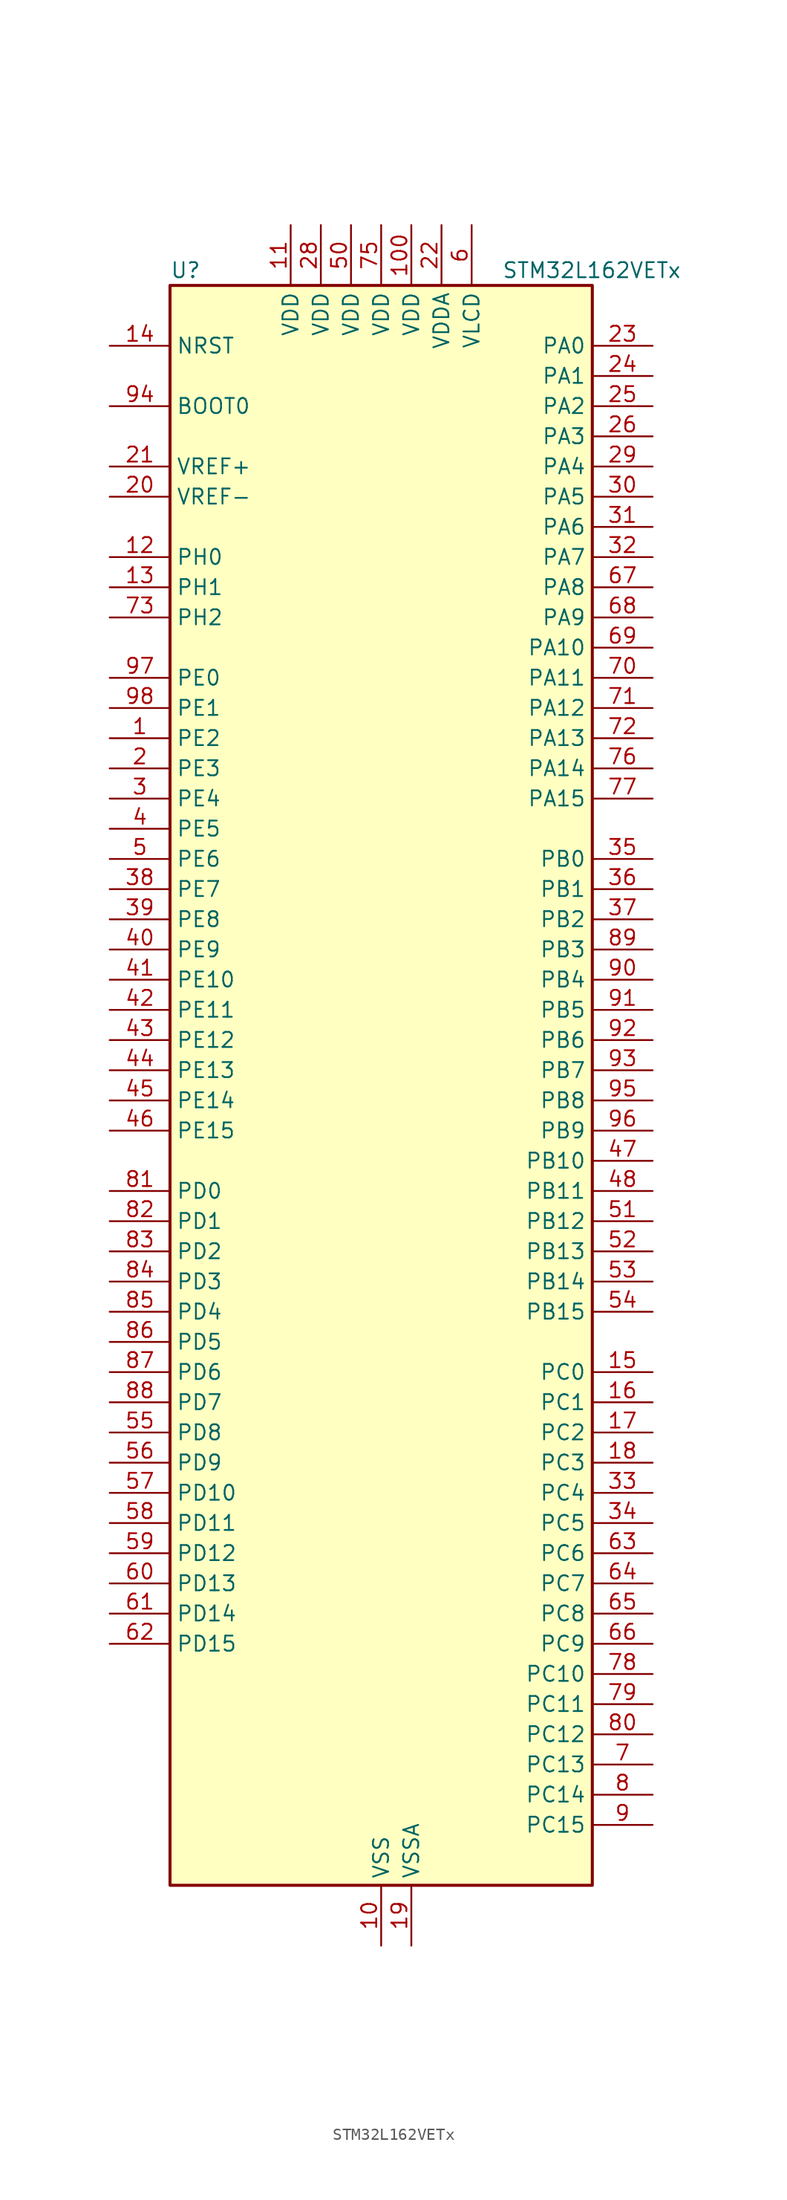
<source format=kicad_sym>
(kicad_symbol_lib
  (version 20241209)
  (generator "kicad_symbol_editor")
  (generator_version "9.0")
  (symbol "STM32L162VETx"
    (property "Reference" "U"
      (at -17.78 69.85 0)
      (effects (font (size 1.27 1.27)) (justify left)))
    (property "Value" "STM32L162VETx"
      (at 10.16 69.85 0)
      (effects (font (size 1.27 1.27)) (justify left)))
    (symbol "STM32L162VETx_0_1"
      (rectangle (start -17.78 -66.04) (end 17.78 68.58) (stroke (width 0.254) (type default)) (fill (type background))))
    (symbol "STM32L162VETx_1_1"
      (pin input line (at -22.86 63.5 0) (length 5.08) (name "NRST" (effects (font (size 1.27 1.27)))) (number "14" (effects (font (size 1.27 1.27)))))
      (pin input line (at -22.86 58.42 0) (length 5.08) (name "BOOT0" (effects (font (size 1.27 1.27)))) (number "94" (effects (font (size 1.27 1.27)))))
      (pin input line (at -22.86 53.34 0) (length 5.08) (name "VREF+" (effects (font (size 1.27 1.27)))) (number "21" (effects (font (size 1.27 1.27)))))
      (pin input line (at -22.86 50.8 0) (length 5.08) (name "VREF-" (effects (font (size 1.27 1.27)))) (number "20" (effects (font (size 1.27 1.27)))))
      (pin bidirectional line (at -22.86 45.72 0) (length 5.08) (name "PH0" (effects (font (size 1.27 1.27)))) (number "12" (effects (font (size 1.27 1.27)))) (alternate "RCC_OSC_IN" bidirectional line))
      (pin bidirectional line (at -22.86 43.18 0) (length 5.08) (name "PH1" (effects (font (size 1.27 1.27)))) (number "13" (effects (font (size 1.27 1.27)))) (alternate "RCC_OSC_OUT" bidirectional line))
      (pin bidirectional line (at -22.86 40.64 0) (length 5.08) (name "PH2" (effects (font (size 1.27 1.27)))) (number "73" (effects (font (size 1.27 1.27)))))
      (pin bidirectional line (at -22.86 35.56 0) (length 5.08) (name "PE0" (effects (font (size 1.27 1.27)))) (number "97" (effects (font (size 1.27 1.27)))) (alternate "LCD_SEG36" bidirectional line) (alternate "TIM10_CH1" bidirectional line) (alternate "TIM4_ETR" bidirectional line) (alternate "TIMX_IC1" bidirectional line))
      (pin bidirectional line (at -22.86 33.02 0) (length 5.08) (name "PE1" (effects (font (size 1.27 1.27)))) (number "98" (effects (font (size 1.27 1.27)))) (alternate "LCD_SEG37" bidirectional line) (alternate "TIM11_CH1" bidirectional line) (alternate "TIMX_IC2" bidirectional line))
      (pin bidirectional line (at -22.86 30.48 0) (length 5.08) (name "PE2" (effects (font (size 1.27 1.27)))) (number "1" (effects (font (size 1.27 1.27)))) (alternate "LCD_SEG38" bidirectional line) (alternate "SYS_TRACECK" bidirectional line) (alternate "TIM3_ETR" bidirectional line) (alternate "TIMX_IC3" bidirectional line))
      (pin bidirectional line (at -22.86 27.94 0) (length 5.08) (name "PE3" (effects (font (size 1.27 1.27)))) (number "2" (effects (font (size 1.27 1.27)))) (alternate "LCD_SEG39" bidirectional line) (alternate "SYS_TRACED0" bidirectional line) (alternate "TIM3_CH1" bidirectional line) (alternate "TIMX_IC4" bidirectional line))
      (pin bidirectional line (at -22.86 25.4 0) (length 5.08) (name "PE4" (effects (font (size 1.27 1.27)))) (number "3" (effects (font (size 1.27 1.27)))) (alternate "SYS_TRACED1" bidirectional line) (alternate "TIM3_CH2" bidirectional line) (alternate "TIMX_IC1" bidirectional line))
      (pin bidirectional line (at -22.86 22.86 0) (length 5.08) (name "PE5" (effects (font (size 1.27 1.27)))) (number "4" (effects (font (size 1.27 1.27)))) (alternate "SYS_TRACED2" bidirectional line) (alternate "TIM9_CH1" bidirectional line) (alternate "TIMX_IC2" bidirectional line))
      (pin bidirectional line (at -22.86 20.32 0) (length 5.08) (name "PE6" (effects (font (size 1.27 1.27)))) (number "5" (effects (font (size 1.27 1.27)))) (alternate "RTC_TAMP3" bidirectional line) (alternate "SYS_TRACED3" bidirectional line) (alternate "SYS_WKUP3" bidirectional line) (alternate "TIM9_CH2" bidirectional line) (alternate "TIMX_IC3" bidirectional line))
      (pin bidirectional line (at -22.86 17.78 0) (length 5.08) (name "PE7" (effects (font (size 1.27 1.27)))) (number "38" (effects (font (size 1.27 1.27)))) (alternate "ADC_IN22" bidirectional line) (alternate "COMP1_INP" bidirectional line) (alternate "TIMX_IC4" bidirectional line))
      (pin bidirectional line (at -22.86 15.24 0) (length 5.08) (name "PE8" (effects (font (size 1.27 1.27)))) (number "39" (effects (font (size 1.27 1.27)))) (alternate "ADC_IN23" bidirectional line) (alternate "COMP1_INP" bidirectional line) (alternate "TIMX_IC1" bidirectional line))
      (pin bidirectional line (at -22.86 12.7 0) (length 5.08) (name "PE9" (effects (font (size 1.27 1.27)))) (number "40" (effects (font (size 1.27 1.27)))) (alternate "ADC_IN24" bidirectional line) (alternate "COMP1_INP" bidirectional line) (alternate "DAC_EXTI9" bidirectional line) (alternate "TIM2_CH1" bidirectional line) (alternate "TIM2_ETR" bidirectional line) (alternate "TIMX_IC2" bidirectional line))
      (pin bidirectional line (at -22.86 10.16 0) (length 5.08) (name "PE10" (effects (font (size 1.27 1.27)))) (number "41" (effects (font (size 1.27 1.27)))) (alternate "ADC_IN25" bidirectional line) (alternate "COMP1_INP" bidirectional line) (alternate "TIM2_CH2" bidirectional line) (alternate "TIMX_IC3" bidirectional line))
      (pin bidirectional line (at -22.86 7.62 0) (length 5.08) (name "PE11" (effects (font (size 1.27 1.27)))) (number "42" (effects (font (size 1.27 1.27)))) (alternate "ADC_EXTI11" bidirectional line) (alternate "TIM2_CH3" bidirectional line) (alternate "TIMX_IC4" bidirectional line))
      (pin bidirectional line (at -22.86 5.08 0) (length 5.08) (name "PE12" (effects (font (size 1.27 1.27)))) (number "43" (effects (font (size 1.27 1.27)))) (alternate "SPI1_NSS" bidirectional line) (alternate "TIM2_CH4" bidirectional line) (alternate "TIMX_IC1" bidirectional line))
      (pin bidirectional line (at -22.86 2.54 0) (length 5.08) (name "PE13" (effects (font (size 1.27 1.27)))) (number "44" (effects (font (size 1.27 1.27)))) (alternate "SPI1_SCK" bidirectional line) (alternate "TIMX_IC2" bidirectional line))
      (pin bidirectional line (at -22.86 0 0) (length 5.08) (name "PE14" (effects (font (size 1.27 1.27)))) (number "45" (effects (font (size 1.27 1.27)))) (alternate "SPI1_MISO" bidirectional line) (alternate "TIMX_IC3" bidirectional line))
      (pin bidirectional line (at -22.86 -2.54 0) (length 5.08) (name "PE15" (effects (font (size 1.27 1.27)))) (number "46" (effects (font (size 1.27 1.27)))) (alternate "ADC_EXTI15" bidirectional line) (alternate "SPI1_MOSI" bidirectional line) (alternate "TIMX_IC4" bidirectional line))
      (pin bidirectional line (at -22.86 -7.62 0) (length 5.08) (name "PD0" (effects (font (size 1.27 1.27)))) (number "81" (effects (font (size 1.27 1.27)))) (alternate "I2S2_WS" bidirectional line) (alternate "SPI2_NSS" bidirectional line) (alternate "TIM9_CH1" bidirectional line) (alternate "TIMX_IC1" bidirectional line))
      (pin bidirectional line (at -22.86 -10.16 0) (length 5.08) (name "PD1" (effects (font (size 1.27 1.27)))) (number "82" (effects (font (size 1.27 1.27)))) (alternate "I2S2_CK" bidirectional line) (alternate "SPI2_SCK" bidirectional line) (alternate "TIMX_IC2" bidirectional line))
      (pin bidirectional line (at -22.86 -12.7 0) (length 5.08) (name "PD2" (effects (font (size 1.27 1.27)))) (number "83" (effects (font (size 1.27 1.27)))) (alternate "LCD_COM7" bidirectional line) (alternate "LCD_SEG31" bidirectional line) (alternate "LCD_SEG43" bidirectional line) (alternate "TIM3_ETR" bidirectional line) (alternate "TIMX_IC3" bidirectional line) (alternate "UART5_RX" bidirectional line))
      (pin bidirectional line (at -22.86 -15.24 0) (length 5.08) (name "PD3" (effects (font (size 1.27 1.27)))) (number "84" (effects (font (size 1.27 1.27)))) (alternate "SPI2_MISO" bidirectional line) (alternate "TIMX_IC4" bidirectional line) (alternate "USART2_CTS" bidirectional line))
      (pin bidirectional line (at -22.86 -17.78 0) (length 5.08) (name "PD4" (effects (font (size 1.27 1.27)))) (number "85" (effects (font (size 1.27 1.27)))) (alternate "I2S2_SD" bidirectional line) (alternate "SPI2_MOSI" bidirectional line) (alternate "TIMX_IC1" bidirectional line) (alternate "USART2_RTS" bidirectional line))
      (pin bidirectional line (at -22.86 -20.32 0) (length 5.08) (name "PD5" (effects (font (size 1.27 1.27)))) (number "86" (effects (font (size 1.27 1.27)))) (alternate "TIMX_IC2" bidirectional line) (alternate "USART2_TX" bidirectional line))
      (pin bidirectional line (at -22.86 -22.86 0) (length 5.08) (name "PD6" (effects (font (size 1.27 1.27)))) (number "87" (effects (font (size 1.27 1.27)))) (alternate "TIMX_IC3" bidirectional line) (alternate "USART2_RX" bidirectional line))
      (pin bidirectional line (at -22.86 -25.4 0) (length 5.08) (name "PD7" (effects (font (size 1.27 1.27)))) (number "88" (effects (font (size 1.27 1.27)))) (alternate "TIM9_CH2" bidirectional line) (alternate "TIMX_IC4" bidirectional line) (alternate "USART2_CK" bidirectional line))
      (pin bidirectional line (at -22.86 -27.94 0) (length 5.08) (name "PD8" (effects (font (size 1.27 1.27)))) (number "55" (effects (font (size 1.27 1.27)))) (alternate "LCD_SEG28" bidirectional line) (alternate "TIMX_IC1" bidirectional line) (alternate "USART3_TX" bidirectional line))
      (pin bidirectional line (at -22.86 -30.48 0) (length 5.08) (name "PD9" (effects (font (size 1.27 1.27)))) (number "56" (effects (font (size 1.27 1.27)))) (alternate "DAC_EXTI9" bidirectional line) (alternate "LCD_SEG29" bidirectional line) (alternate "TIMX_IC2" bidirectional line) (alternate "USART3_RX" bidirectional line))
      (pin bidirectional line (at -22.86 -33.02 0) (length 5.08) (name "PD10" (effects (font (size 1.27 1.27)))) (number "57" (effects (font (size 1.27 1.27)))) (alternate "LCD_SEG30" bidirectional line) (alternate "TIMX_IC3" bidirectional line) (alternate "USART3_CK" bidirectional line))
      (pin bidirectional line (at -22.86 -35.56 0) (length 5.08) (name "PD11" (effects (font (size 1.27 1.27)))) (number "58" (effects (font (size 1.27 1.27)))) (alternate "ADC_EXTI11" bidirectional line) (alternate "LCD_SEG31" bidirectional line) (alternate "TIMX_IC4" bidirectional line) (alternate "USART3_CTS" bidirectional line))
      (pin bidirectional line (at -22.86 -38.1 0) (length 5.08) (name "PD12" (effects (font (size 1.27 1.27)))) (number "59" (effects (font (size 1.27 1.27)))) (alternate "LCD_SEG32" bidirectional line) (alternate "TIM4_CH1" bidirectional line) (alternate "TIMX_IC1" bidirectional line) (alternate "USART3_RTS" bidirectional line))
      (pin bidirectional line (at -22.86 -40.64 0) (length 5.08) (name "PD13" (effects (font (size 1.27 1.27)))) (number "60" (effects (font (size 1.27 1.27)))) (alternate "LCD_SEG33" bidirectional line) (alternate "TIM4_CH2" bidirectional line) (alternate "TIMX_IC2" bidirectional line))
      (pin bidirectional line (at -22.86 -43.18 0) (length 5.08) (name "PD14" (effects (font (size 1.27 1.27)))) (number "61" (effects (font (size 1.27 1.27)))) (alternate "LCD_SEG34" bidirectional line) (alternate "TIM4_CH3" bidirectional line) (alternate "TIMX_IC3" bidirectional line))
      (pin bidirectional line (at -22.86 -45.72 0) (length 5.08) (name "PD15" (effects (font (size 1.27 1.27)))) (number "62" (effects (font (size 1.27 1.27)))) (alternate "ADC_EXTI15" bidirectional line) (alternate "LCD_SEG35" bidirectional line) (alternate "TIM4_CH4" bidirectional line) (alternate "TIMX_IC4" bidirectional line))
      (pin power_in line (at -7.62 73.66 270) (length 5.08) (name "VDD" (effects (font (size 1.27 1.27)))) (number "11" (effects (font (size 1.27 1.27)))))
      (pin power_in line (at -5.08 73.66 270) (length 5.08) (name "VDD" (effects (font (size 1.27 1.27)))) (number "28" (effects (font (size 1.27 1.27)))))
      (pin power_in line (at -2.54 73.66 270) (length 5.08) (name "VDD" (effects (font (size 1.27 1.27)))) (number "50" (effects (font (size 1.27 1.27)))))
      (pin power_in line (at 0 73.66 270) (length 5.08) (name "VDD" (effects (font (size 1.27 1.27)))) (number "75" (effects (font (size 1.27 1.27)))))
      (pin power_in line (at 0 -71.12 90) (length 5.08) (name "VSS" (effects (font (size 1.27 1.27)))) (number "10" (effects (font (size 1.27 1.27)))))
      (pin passive line (at 0 -71.12 90) (length 5.08) (hide yes) (name "VSS" (effects (font (size 1.27 1.27)))) (number "27" (effects (font (size 1.27 1.27)))))
      (pin passive line (at 0 -71.12 90) (length 5.08) (hide yes) (name "VSS" (effects (font (size 1.27 1.27)))) (number "49" (effects (font (size 1.27 1.27)))))
      (pin passive line (at 0 -71.12 90) (length 5.08) (hide yes) (name "VSS" (effects (font (size 1.27 1.27)))) (number "74" (effects (font (size 1.27 1.27)))))
      (pin passive line (at 0 -71.12 90) (length 5.08) (hide yes) (name "VSS" (effects (font (size 1.27 1.27)))) (number "99" (effects (font (size 1.27 1.27)))))
      (pin power_in line (at 2.54 73.66 270) (length 5.08) (name "VDD" (effects (font (size 1.27 1.27)))) (number "100" (effects (font (size 1.27 1.27)))))
      (pin power_in line (at 2.54 -71.12 90) (length 5.08) (name "VSSA" (effects (font (size 1.27 1.27)))) (number "19" (effects (font (size 1.27 1.27)))))
      (pin power_in line (at 5.08 73.66 270) (length 5.08) (name "VDDA" (effects (font (size 1.27 1.27)))) (number "22" (effects (font (size 1.27 1.27)))))
      (pin power_in line (at 7.62 73.66 270) (length 5.08) (name "VLCD" (effects (font (size 1.27 1.27)))) (number "6" (effects (font (size 1.27 1.27)))))
      (pin bidirectional line (at 22.86 63.5 180) (length 5.08) (name "PA0" (effects (font (size 1.27 1.27)))) (number "23" (effects (font (size 1.27 1.27)))) (alternate "ADC_IN0" bidirectional line) (alternate "COMP1_INP" bidirectional line) (alternate "RTC_TAMP2" bidirectional line) (alternate "SYS_WKUP1" bidirectional line) (alternate "TIM2_CH1" bidirectional line) (alternate "TIM2_ETR" bidirectional line) (alternate "TIM5_CH1" bidirectional line) (alternate "TIMX_IC1" bidirectional line) (alternate "TS_G1_IO1" bidirectional line) (alternate "USART2_CTS" bidirectional line))
      (pin bidirectional line (at 22.86 60.96 180) (length 5.08) (name "PA1" (effects (font (size 1.27 1.27)))) (number "24" (effects (font (size 1.27 1.27)))) (alternate "ADC_IN1" bidirectional line) (alternate "COMP1_INP" bidirectional line) (alternate "LCD_SEG0" bidirectional line) (alternate "OPAMP1_VINP" bidirectional line) (alternate "TIM2_CH2" bidirectional line) (alternate "TIM5_CH2" bidirectional line) (alternate "TIMX_IC2" bidirectional line) (alternate "TS_G1_IO2" bidirectional line) (alternate "USART2_RTS" bidirectional line))
      (pin bidirectional line (at 22.86 58.42 180) (length 5.08) (name "PA2" (effects (font (size 1.27 1.27)))) (number "25" (effects (font (size 1.27 1.27)))) (alternate "ADC_IN2" bidirectional line) (alternate "COMP1_INP" bidirectional line) (alternate "LCD_SEG1" bidirectional line) (alternate "OPAMP1_VINM" bidirectional line) (alternate "TIM2_CH3" bidirectional line) (alternate "TIM5_CH3" bidirectional line) (alternate "TIM9_CH1" bidirectional line) (alternate "TIMX_IC3" bidirectional line) (alternate "TS_G1_IO3" bidirectional line) (alternate "USART2_TX" bidirectional line))
      (pin bidirectional line (at 22.86 55.88 180) (length 5.08) (name "PA3" (effects (font (size 1.27 1.27)))) (number "26" (effects (font (size 1.27 1.27)))) (alternate "ADC_IN3" bidirectional line) (alternate "COMP1_INP" bidirectional line) (alternate "LCD_SEG2" bidirectional line) (alternate "OPAMP1_VOUT" bidirectional line) (alternate "TIM2_CH4" bidirectional line) (alternate "TIM5_CH4" bidirectional line) (alternate "TIM9_CH2" bidirectional line) (alternate "TIMX_IC4" bidirectional line) (alternate "TS_G1_IO4" bidirectional line) (alternate "USART2_RX" bidirectional line))
      (pin bidirectional line (at 22.86 53.34 180) (length 5.08) (name "PA4" (effects (font (size 1.27 1.27)))) (number "29" (effects (font (size 1.27 1.27)))) (alternate "ADC_IN4" bidirectional line) (alternate "COMP1_INP" bidirectional line) (alternate "DAC_OUT1" bidirectional line) (alternate "I2S3_WS" bidirectional line) (alternate "SPI1_NSS" bidirectional line) (alternate "SPI3_NSS" bidirectional line) (alternate "TIMX_IC1" bidirectional line) (alternate "USART2_CK" bidirectional line))
      (pin bidirectional line (at 22.86 50.8 180) (length 5.08) (name "PA5" (effects (font (size 1.27 1.27)))) (number "30" (effects (font (size 1.27 1.27)))) (alternate "ADC_IN5" bidirectional line) (alternate "COMP1_INP" bidirectional line) (alternate "DAC_OUT2" bidirectional line) (alternate "SPI1_SCK" bidirectional line) (alternate "TIM2_CH1" bidirectional line) (alternate "TIM2_ETR" bidirectional line) (alternate "TIMX_IC2" bidirectional line))
      (pin bidirectional line (at 22.86 48.26 180) (length 5.08) (name "PA6" (effects (font (size 1.27 1.27)))) (number "31" (effects (font (size 1.27 1.27)))) (alternate "ADC_IN6" bidirectional line) (alternate "COMP1_INP" bidirectional line) (alternate "LCD_SEG3" bidirectional line) (alternate "OPAMP2_VINP" bidirectional line) (alternate "SPI1_MISO" bidirectional line) (alternate "TIM10_CH1" bidirectional line) (alternate "TIM3_CH1" bidirectional line) (alternate "TIMX_IC3" bidirectional line) (alternate "TS_G2_IO1" bidirectional line))
      (pin bidirectional line (at 22.86 45.72 180) (length 5.08) (name "PA7" (effects (font (size 1.27 1.27)))) (number "32" (effects (font (size 1.27 1.27)))) (alternate "ADC_IN7" bidirectional line) (alternate "COMP1_INP" bidirectional line) (alternate "LCD_SEG4" bidirectional line) (alternate "OPAMP2_VINM" bidirectional line) (alternate "SPI1_MOSI" bidirectional line) (alternate "TIM11_CH1" bidirectional line) (alternate "TIM3_CH2" bidirectional line) (alternate "TIMX_IC4" bidirectional line) (alternate "TS_G2_IO2" bidirectional line))
      (pin bidirectional line (at 22.86 43.18 180) (length 5.08) (name "PA8" (effects (font (size 1.27 1.27)))) (number "67" (effects (font (size 1.27 1.27)))) (alternate "LCD_COM0" bidirectional line) (alternate "RCC_MCO" bidirectional line) (alternate "TIMX_IC1" bidirectional line) (alternate "TS_G4_IO1" bidirectional line) (alternate "USART1_CK" bidirectional line))
      (pin bidirectional line (at 22.86 40.64 180) (length 5.08) (name "PA9" (effects (font (size 1.27 1.27)))) (number "68" (effects (font (size 1.27 1.27)))) (alternate "DAC_EXTI9" bidirectional line) (alternate "LCD_COM1" bidirectional line) (alternate "TIMX_IC2" bidirectional line) (alternate "TS_G4_IO2" bidirectional line) (alternate "USART1_TX" bidirectional line))
      (pin bidirectional line (at 22.86 38.1 180) (length 5.08) (name "PA10" (effects (font (size 1.27 1.27)))) (number "69" (effects (font (size 1.27 1.27)))) (alternate "LCD_COM2" bidirectional line) (alternate "TIMX_IC3" bidirectional line) (alternate "TS_G4_IO3" bidirectional line) (alternate "USART1_RX" bidirectional line))
      (pin bidirectional line (at 22.86 35.56 180) (length 5.08) (name "PA11" (effects (font (size 1.27 1.27)))) (number "70" (effects (font (size 1.27 1.27)))) (alternate "ADC_EXTI11" bidirectional line) (alternate "SPI1_MISO" bidirectional line) (alternate "TIMX_IC4" bidirectional line) (alternate "USART1_CTS" bidirectional line) (alternate "USB_DM" bidirectional line))
      (pin bidirectional line (at 22.86 33.02 180) (length 5.08) (name "PA12" (effects (font (size 1.27 1.27)))) (number "71" (effects (font (size 1.27 1.27)))) (alternate "SPI1_MOSI" bidirectional line) (alternate "TIMX_IC1" bidirectional line) (alternate "USART1_RTS" bidirectional line) (alternate "USB_DP" bidirectional line))
      (pin bidirectional line (at 22.86 30.48 180) (length 5.08) (name "PA13" (effects (font (size 1.27 1.27)))) (number "72" (effects (font (size 1.27 1.27)))) (alternate "SYS_JTMS-SWDIO" bidirectional line) (alternate "TIMX_IC2" bidirectional line) (alternate "TS_G5_IO1" bidirectional line))
      (pin bidirectional line (at 22.86 27.94 180) (length 5.08) (name "PA14" (effects (font (size 1.27 1.27)))) (number "76" (effects (font (size 1.27 1.27)))) (alternate "SYS_JTCK-SWCLK" bidirectional line) (alternate "TIMX_IC3" bidirectional line) (alternate "TS_G5_IO2" bidirectional line))
      (pin bidirectional line (at 22.86 25.4 180) (length 5.08) (name "PA15" (effects (font (size 1.27 1.27)))) (number "77" (effects (font (size 1.27 1.27)))) (alternate "ADC_EXTI15" bidirectional line) (alternate "I2S3_WS" bidirectional line) (alternate "LCD_SEG17" bidirectional line) (alternate "SPI1_NSS" bidirectional line) (alternate "SPI3_NSS" bidirectional line) (alternate "SYS_JTDI" bidirectional line) (alternate "TIM2_CH1" bidirectional line) (alternate "TIM2_ETR" bidirectional line) (alternate "TIMX_IC4" bidirectional line) (alternate "TS_G5_IO3" bidirectional line))
      (pin bidirectional line (at 22.86 20.32 180) (length 5.08) (name "PB0" (effects (font (size 1.27 1.27)))) (number "35" (effects (font (size 1.27 1.27)))) (alternate "ADC_IN8" bidirectional line) (alternate "COMP1_INP" bidirectional line) (alternate "LCD_SEG5" bidirectional line) (alternate "OPAMP2_VOUT" bidirectional line) (alternate "SYS_V_REF_OUT" bidirectional line) (alternate "TIM3_CH3" bidirectional line) (alternate "TS_G3_IO1" bidirectional line))
      (pin bidirectional line (at 22.86 17.78 180) (length 5.08) (name "PB1" (effects (font (size 1.27 1.27)))) (number "36" (effects (font (size 1.27 1.27)))) (alternate "ADC_IN9" bidirectional line) (alternate "COMP1_INP" bidirectional line) (alternate "LCD_SEG6" bidirectional line) (alternate "SYS_V_REF_OUT" bidirectional line) (alternate "TIM3_CH4" bidirectional line) (alternate "TS_G3_IO2" bidirectional line))
      (pin bidirectional line (at 22.86 15.24 180) (length 5.08) (name "PB2" (effects (font (size 1.27 1.27)))) (number "37" (effects (font (size 1.27 1.27)))) (alternate "ADC_IN0b" bidirectional line) (alternate "TS_G3_IO3" bidirectional line))
      (pin bidirectional line (at 22.86 12.7 180) (length 5.08) (name "PB3" (effects (font (size 1.27 1.27)))) (number "89" (effects (font (size 1.27 1.27)))) (alternate "COMP2_INM" bidirectional line) (alternate "I2S3_CK" bidirectional line) (alternate "LCD_SEG7" bidirectional line) (alternate "SPI1_SCK" bidirectional line) (alternate "SPI3_SCK" bidirectional line) (alternate "SYS_JTDO-TRACESWO" bidirectional line) (alternate "TIM2_CH2" bidirectional line))
      (pin bidirectional line (at 22.86 10.16 180) (length 5.08) (name "PB4" (effects (font (size 1.27 1.27)))) (number "90" (effects (font (size 1.27 1.27)))) (alternate "COMP2_INP" bidirectional line) (alternate "LCD_SEG8" bidirectional line) (alternate "SPI1_MISO" bidirectional line) (alternate "SPI3_MISO" bidirectional line) (alternate "SYS_JTRST" bidirectional line) (alternate "TIM3_CH1" bidirectional line) (alternate "TS_G6_IO1" bidirectional line))
      (pin bidirectional line (at 22.86 7.62 180) (length 5.08) (name "PB5" (effects (font (size 1.27 1.27)))) (number "91" (effects (font (size 1.27 1.27)))) (alternate "COMP2_INP" bidirectional line) (alternate "I2C1_SMBA" bidirectional line) (alternate "I2S3_SD" bidirectional line) (alternate "LCD_SEG9" bidirectional line) (alternate "SPI1_MOSI" bidirectional line) (alternate "SPI3_MOSI" bidirectional line) (alternate "TIM3_CH2" bidirectional line) (alternate "TS_G6_IO2" bidirectional line))
      (pin bidirectional line (at 22.86 5.08 180) (length 5.08) (name "PB6" (effects (font (size 1.27 1.27)))) (number "92" (effects (font (size 1.27 1.27)))) (alternate "COMP2_INP" bidirectional line) (alternate "I2C1_SCL" bidirectional line) (alternate "TIM4_CH1" bidirectional line) (alternate "TS_G6_IO3" bidirectional line) (alternate "USART1_TX" bidirectional line))
      (pin bidirectional line (at 22.86 2.54 180) (length 5.08) (name "PB7" (effects (font (size 1.27 1.27)))) (number "93" (effects (font (size 1.27 1.27)))) (alternate "COMP2_INP" bidirectional line) (alternate "I2C1_SDA" bidirectional line) (alternate "SYS_PVD_IN" bidirectional line) (alternate "TIM4_CH2" bidirectional line) (alternate "TS_G6_IO4" bidirectional line) (alternate "USART1_RX" bidirectional line))
      (pin bidirectional line (at 22.86 0 180) (length 5.08) (name "PB8" (effects (font (size 1.27 1.27)))) (number "95" (effects (font (size 1.27 1.27)))) (alternate "I2C1_SCL" bidirectional line) (alternate "LCD_SEG16" bidirectional line) (alternate "TIM10_CH1" bidirectional line) (alternate "TIM4_CH3" bidirectional line))
      (pin bidirectional line (at 22.86 -2.54 180) (length 5.08) (name "PB9" (effects (font (size 1.27 1.27)))) (number "96" (effects (font (size 1.27 1.27)))) (alternate "DAC_EXTI9" bidirectional line) (alternate "I2C1_SDA" bidirectional line) (alternate "LCD_COM3" bidirectional line) (alternate "TIM11_CH1" bidirectional line) (alternate "TIM4_CH4" bidirectional line))
      (pin bidirectional line (at 22.86 -5.08 180) (length 5.08) (name "PB10" (effects (font (size 1.27 1.27)))) (number "47" (effects (font (size 1.27 1.27)))) (alternate "I2C2_SCL" bidirectional line) (alternate "LCD_SEG10" bidirectional line) (alternate "TIM2_CH3" bidirectional line) (alternate "USART3_TX" bidirectional line))
      (pin bidirectional line (at 22.86 -7.62 180) (length 5.08) (name "PB11" (effects (font (size 1.27 1.27)))) (number "48" (effects (font (size 1.27 1.27)))) (alternate "ADC_EXTI11" bidirectional line) (alternate "I2C2_SDA" bidirectional line) (alternate "LCD_SEG11" bidirectional line) (alternate "TIM2_CH4" bidirectional line) (alternate "USART3_RX" bidirectional line))
      (pin bidirectional line (at 22.86 -10.16 180) (length 5.08) (name "PB12" (effects (font (size 1.27 1.27)))) (number "51" (effects (font (size 1.27 1.27)))) (alternate "ADC_IN18" bidirectional line) (alternate "COMP1_INP" bidirectional line) (alternate "I2C2_SMBA" bidirectional line) (alternate "I2S2_WS" bidirectional line) (alternate "LCD_SEG12" bidirectional line) (alternate "SPI2_NSS" bidirectional line) (alternate "TIM10_CH1" bidirectional line) (alternate "TS_G7_IO1" bidirectional line) (alternate "USART3_CK" bidirectional line))
      (pin bidirectional line (at 22.86 -12.7 180) (length 5.08) (name "PB13" (effects (font (size 1.27 1.27)))) (number "52" (effects (font (size 1.27 1.27)))) (alternate "ADC_IN19" bidirectional line) (alternate "COMP1_INP" bidirectional line) (alternate "I2S2_CK" bidirectional line) (alternate "LCD_SEG13" bidirectional line) (alternate "SPI2_SCK" bidirectional line) (alternate "TIM9_CH1" bidirectional line) (alternate "TS_G7_IO2" bidirectional line) (alternate "USART3_CTS" bidirectional line))
      (pin bidirectional line (at 22.86 -15.24 180) (length 5.08) (name "PB14" (effects (font (size 1.27 1.27)))) (number "53" (effects (font (size 1.27 1.27)))) (alternate "ADC_IN20" bidirectional line) (alternate "COMP1_INP" bidirectional line) (alternate "LCD_SEG14" bidirectional line) (alternate "SPI2_MISO" bidirectional line) (alternate "TIM9_CH2" bidirectional line) (alternate "TS_G7_IO3" bidirectional line) (alternate "USART3_RTS" bidirectional line))
      (pin bidirectional line (at 22.86 -17.78 180) (length 5.08) (name "PB15" (effects (font (size 1.27 1.27)))) (number "54" (effects (font (size 1.27 1.27)))) (alternate "ADC_EXTI15" bidirectional line) (alternate "ADC_IN21" bidirectional line) (alternate "COMP1_INP" bidirectional line) (alternate "I2S2_SD" bidirectional line) (alternate "LCD_SEG15" bidirectional line) (alternate "RTC_REFIN" bidirectional line) (alternate "SPI2_MOSI" bidirectional line) (alternate "TIM11_CH1" bidirectional line) (alternate "TS_G7_IO4" bidirectional line))
      (pin bidirectional line (at 22.86 -22.86 180) (length 5.08) (name "PC0" (effects (font (size 1.27 1.27)))) (number "15" (effects (font (size 1.27 1.27)))) (alternate "ADC_IN10" bidirectional line) (alternate "COMP1_INP" bidirectional line) (alternate "LCD_SEG18" bidirectional line) (alternate "TIMX_IC1" bidirectional line) (alternate "TS_G8_IO1" bidirectional line))
      (pin bidirectional line (at 22.86 -25.4 180) (length 5.08) (name "PC1" (effects (font (size 1.27 1.27)))) (number "16" (effects (font (size 1.27 1.27)))) (alternate "ADC_IN11" bidirectional line) (alternate "COMP1_INP" bidirectional line) (alternate "LCD_SEG19" bidirectional line) (alternate "TIMX_IC2" bidirectional line) (alternate "TS_G8_IO2" bidirectional line))
      (pin bidirectional line (at 22.86 -27.94 180) (length 5.08) (name "PC2" (effects (font (size 1.27 1.27)))) (number "17" (effects (font (size 1.27 1.27)))) (alternate "ADC_IN12" bidirectional line) (alternate "COMP1_INP" bidirectional line) (alternate "LCD_SEG20" bidirectional line) (alternate "TIMX_IC3" bidirectional line) (alternate "TS_G8_IO3" bidirectional line))
      (pin bidirectional line (at 22.86 -30.48 180) (length 5.08) (name "PC3" (effects (font (size 1.27 1.27)))) (number "18" (effects (font (size 1.27 1.27)))) (alternate "ADC_IN13" bidirectional line) (alternate "COMP1_INP" bidirectional line) (alternate "LCD_SEG21" bidirectional line) (alternate "TIMX_IC4" bidirectional line) (alternate "TS_G8_IO4" bidirectional line))
      (pin bidirectional line (at 22.86 -33.02 180) (length 5.08) (name "PC4" (effects (font (size 1.27 1.27)))) (number "33" (effects (font (size 1.27 1.27)))) (alternate "ADC_IN14" bidirectional line) (alternate "COMP1_INP" bidirectional line) (alternate "LCD_SEG22" bidirectional line) (alternate "TIMX_IC1" bidirectional line) (alternate "TS_G9_IO1" bidirectional line))
      (pin bidirectional line (at 22.86 -35.56 180) (length 5.08) (name "PC5" (effects (font (size 1.27 1.27)))) (number "34" (effects (font (size 1.27 1.27)))) (alternate "ADC_IN15" bidirectional line) (alternate "COMP1_INP" bidirectional line) (alternate "LCD_SEG23" bidirectional line) (alternate "TIMX_IC2" bidirectional line) (alternate "TS_G9_IO2" bidirectional line))
      (pin bidirectional line (at 22.86 -38.1 180) (length 5.08) (name "PC6" (effects (font (size 1.27 1.27)))) (number "63" (effects (font (size 1.27 1.27)))) (alternate "I2S2_MCK" bidirectional line) (alternate "LCD_SEG24" bidirectional line) (alternate "TIM3_CH1" bidirectional line) (alternate "TIMX_IC3" bidirectional line) (alternate "TS_G10_IO1" bidirectional line))
      (pin bidirectional line (at 22.86 -40.64 180) (length 5.08) (name "PC7" (effects (font (size 1.27 1.27)))) (number "64" (effects (font (size 1.27 1.27)))) (alternate "I2S3_MCK" bidirectional line) (alternate "LCD_SEG25" bidirectional line) (alternate "TIM3_CH2" bidirectional line) (alternate "TIMX_IC4" bidirectional line) (alternate "TS_G10_IO2" bidirectional line))
      (pin bidirectional line (at 22.86 -43.18 180) (length 5.08) (name "PC8" (effects (font (size 1.27 1.27)))) (number "65" (effects (font (size 1.27 1.27)))) (alternate "LCD_SEG26" bidirectional line) (alternate "TIM3_CH3" bidirectional line) (alternate "TIMX_IC1" bidirectional line) (alternate "TS_G10_IO3" bidirectional line))
      (pin bidirectional line (at 22.86 -45.72 180) (length 5.08) (name "PC9" (effects (font (size 1.27 1.27)))) (number "66" (effects (font (size 1.27 1.27)))) (alternate "DAC_EXTI9" bidirectional line) (alternate "LCD_SEG27" bidirectional line) (alternate "TIM3_CH4" bidirectional line) (alternate "TIMX_IC2" bidirectional line) (alternate "TS_G10_IO4" bidirectional line))
      (pin bidirectional line (at 22.86 -48.26 180) (length 5.08) (name "PC10" (effects (font (size 1.27 1.27)))) (number "78" (effects (font (size 1.27 1.27)))) (alternate "I2S3_CK" bidirectional line) (alternate "LCD_COM4" bidirectional line) (alternate "LCD_SEG28" bidirectional line) (alternate "LCD_SEG40" bidirectional line) (alternate "SPI3_SCK" bidirectional line) (alternate "TIMX_IC3" bidirectional line) (alternate "UART4_TX" bidirectional line) (alternate "USART3_TX" bidirectional line))
      (pin bidirectional line (at 22.86 -50.8 180) (length 5.08) (name "PC11" (effects (font (size 1.27 1.27)))) (number "79" (effects (font (size 1.27 1.27)))) (alternate "ADC_EXTI11" bidirectional line) (alternate "LCD_COM5" bidirectional line) (alternate "LCD_SEG29" bidirectional line) (alternate "LCD_SEG41" bidirectional line) (alternate "SPI3_MISO" bidirectional line) (alternate "TIMX_IC4" bidirectional line) (alternate "UART4_RX" bidirectional line) (alternate "USART3_RX" bidirectional line))
      (pin bidirectional line (at 22.86 -53.34 180) (length 5.08) (name "PC12" (effects (font (size 1.27 1.27)))) (number "80" (effects (font (size 1.27 1.27)))) (alternate "I2S3_SD" bidirectional line) (alternate "LCD_COM6" bidirectional line) (alternate "LCD_SEG30" bidirectional line) (alternate "LCD_SEG42" bidirectional line) (alternate "SPI3_MOSI" bidirectional line) (alternate "TIMX_IC1" bidirectional line) (alternate "UART5_TX" bidirectional line) (alternate "USART3_CK" bidirectional line))
      (pin bidirectional line (at 22.86 -55.88 180) (length 5.08) (name "PC13" (effects (font (size 1.27 1.27)))) (number "7" (effects (font (size 1.27 1.27)))) (alternate "RTC_OUT_ALARM" bidirectional line) (alternate "RTC_OUT_CALIB" bidirectional line) (alternate "RTC_TAMP1" bidirectional line) (alternate "RTC_TS" bidirectional line) (alternate "SYS_WKUP2" bidirectional line) (alternate "TIMX_IC2" bidirectional line))
      (pin bidirectional line (at 22.86 -58.42 180) (length 5.08) (name "PC14" (effects (font (size 1.27 1.27)))) (number "8" (effects (font (size 1.27 1.27)))) (alternate "RCC_OSC32_IN" bidirectional line) (alternate "TIMX_IC3" bidirectional line))
      (pin bidirectional line (at 22.86 -60.96 180) (length 5.08) (name "PC15" (effects (font (size 1.27 1.27)))) (number "9" (effects (font (size 1.27 1.27)))) (alternate "ADC_EXTI15" bidirectional line) (alternate "RCC_OSC32_OUT" bidirectional line) (alternate "TIMX_IC4" bidirectional line)))))
</source>
